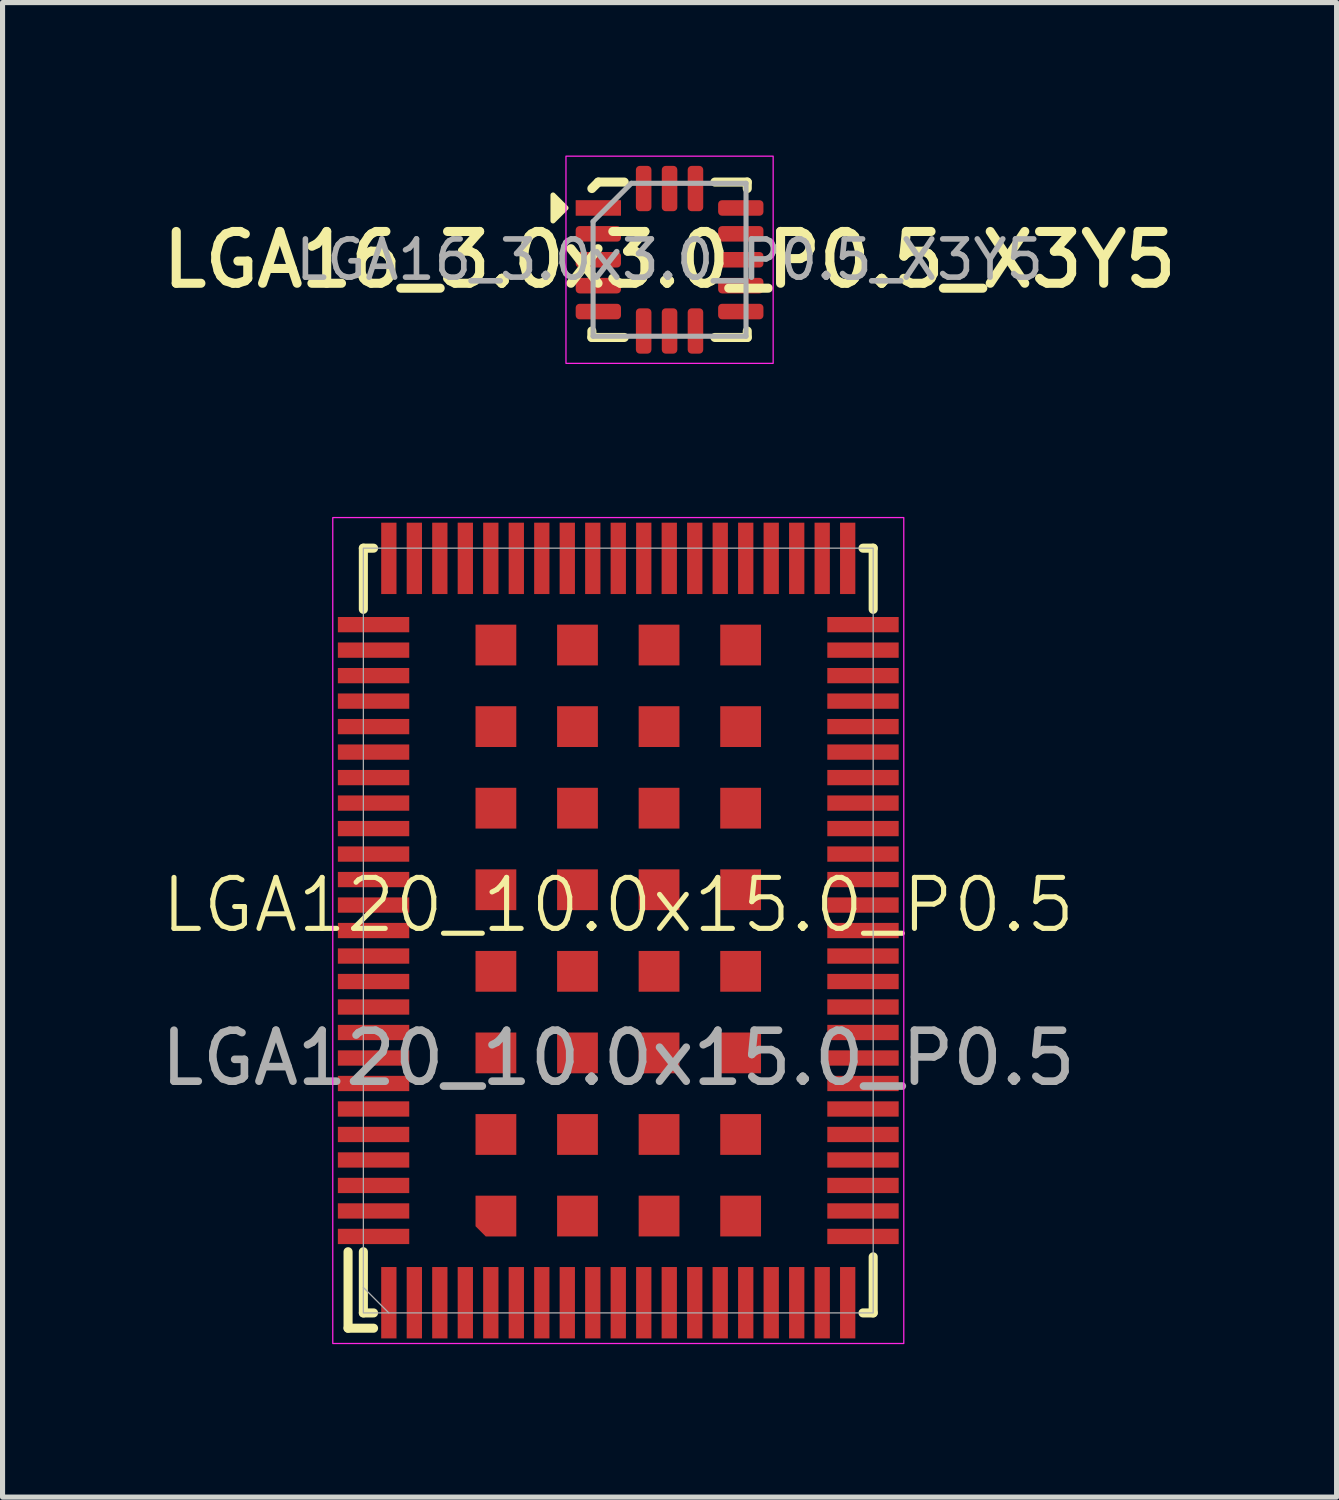
<source format=kicad_pcb>
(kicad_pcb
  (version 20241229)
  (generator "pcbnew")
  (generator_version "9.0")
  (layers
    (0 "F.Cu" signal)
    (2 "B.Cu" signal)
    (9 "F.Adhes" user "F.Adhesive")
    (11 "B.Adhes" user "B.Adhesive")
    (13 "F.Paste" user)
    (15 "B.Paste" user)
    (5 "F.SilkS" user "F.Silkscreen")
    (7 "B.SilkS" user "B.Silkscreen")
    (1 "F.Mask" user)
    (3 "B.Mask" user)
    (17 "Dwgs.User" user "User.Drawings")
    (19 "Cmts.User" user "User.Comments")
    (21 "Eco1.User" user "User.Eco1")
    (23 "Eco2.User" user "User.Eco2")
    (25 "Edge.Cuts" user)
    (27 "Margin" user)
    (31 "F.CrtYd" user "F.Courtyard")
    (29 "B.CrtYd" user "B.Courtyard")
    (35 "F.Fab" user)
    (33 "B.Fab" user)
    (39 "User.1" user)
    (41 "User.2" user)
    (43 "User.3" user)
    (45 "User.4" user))
  (footprint "LGA16_3.0x3.0_P0.5_X3Y5"
    (layer "F.Cu")
    (at 10.083 2.045)
    (property "Reference" "LGA16_3.0x3.0_P0.5_X3Y5" (at 0 0 0) (layer "F.SilkS") (effects (font (size 1.016 1.016) (thickness 0.178))))
    (attr smd)
    (fp_line (start -1.524 -1.397) (end -1.397 -1.524) (stroke (width 0.178) (type solid)) (layer "F.SilkS"))
    (fp_line (start -1.524 1.524) (end -1.524 1.397) (stroke (width 0.178) (type solid)) (layer "F.SilkS"))
    (fp_line (start -1.397 -1.524) (end -0.889 -1.524) (stroke (width 0.178) (type solid)) (layer "F.SilkS"))
    (fp_line (start -0.889 1.524) (end -1.524 1.524) (stroke (width 0.178) (type solid)) (layer "F.SilkS"))
    (fp_line (start 0.889 -1.524) (end 1.524 -1.524) (stroke (width 0.178) (type solid)) (layer "F.SilkS"))
    (fp_line (start 1.524 -1.524) (end 1.524 -1.397) (stroke (width 0.178) (type solid)) (layer "F.SilkS"))
    (fp_line (start 1.524 1.397) (end 1.524 1.524) (stroke (width 0.178) (type solid)) (layer "F.SilkS"))
    (fp_line (start 1.524 1.524) (end 0.889 1.524) (stroke (width 0.178) (type solid)) (layer "F.SilkS"))
    (fp_poly (pts (xy -2.032 -1.016) (xy -2.286 -0.762) (xy -2.286 -1.27)) (stroke (width 0.1) (type solid)) (fill yes) (layer "F.SilkS"))
    (fp_rect (start -2.032 -2.032) (end 2.032 2.032) (stroke (width 0.025) (type solid)) (fill no) (layer "F.CrtYd"))
    (fp_line (start -1.5 -0.75) (end -0.75 -1.5) (stroke (width 0.1) (type solid)) (layer "F.Fab"))
    (fp_line (start -1.5 1.5) (end -1.5 -0.75) (stroke (width 0.1) (type solid)) (layer "F.Fab"))
    (fp_line (start -0.75 -1.5) (end 1.5 -1.5) (stroke (width 0.1) (type solid)) (layer "F.Fab"))
    (fp_line (start 1.5 -1.5) (end 1.5 1.5) (stroke (width 0.1) (type solid)) (layer "F.Fab"))
    (fp_line (start 1.5 1.5) (end -1.5 1.5) (stroke (width 0.1) (type solid)) (layer "F.Fab"))
    (fp_text user "${REFERENCE}" (at 0 0 0) (layer "F.Fab") (effects (font (size 0.75 0.75) (thickness 0.11))))
    (pad "1" smd rect (at -1.397 -1.016) (size 0.889 0.305) (layers "F.Cu" "F.Mask" "F.Paste"))
    (pad "2" smd roundrect (at -1.397 -0.508) (size 0.889 0.305) (layers "F.Cu" "F.Mask" "F.Paste") (roundrect_rratio 0.25))
    (pad "3" smd roundrect (at -1.397 0) (size 0.889 0.305) (layers "F.Cu" "F.Mask" "F.Paste") (roundrect_rratio 0.25))
    (pad "4" smd roundrect (at -1.397 0.508) (size 0.889 0.305) (layers "F.Cu" "F.Mask" "F.Paste") (roundrect_rratio 0.25))
    (pad "5" smd roundrect (at -1.397 1.016) (size 0.889 0.305) (layers "F.Cu" "F.Mask" "F.Paste") (roundrect_rratio 0.25))
    (pad "6" smd roundrect (at -0.508 1.397) (size 0.305 0.889) (layers "F.Cu" "F.Mask" "F.Paste") (roundrect_rratio 0.25))
    (pad "7" smd roundrect (at 0 1.397) (size 0.305 0.889) (layers "F.Cu" "F.Mask" "F.Paste") (roundrect_rratio 0.25))
    (pad "8" smd roundrect (at 0.508 1.397) (size 0.305 0.889) (layers "F.Cu" "F.Mask" "F.Paste") (roundrect_rratio 0.25))
    (pad "9" smd roundrect (at 1.397 1.016) (size 0.889 0.305) (layers "F.Cu" "F.Mask" "F.Paste") (roundrect_rratio 0.25))
    (pad "10" smd roundrect (at 1.397 0.508) (size 0.889 0.305) (layers "F.Cu" "F.Mask" "F.Paste") (roundrect_rratio 0.25))
    (pad "11" smd roundrect (at 1.397 0) (size 0.889 0.305) (layers "F.Cu" "F.Mask" "F.Paste") (roundrect_rratio 0.25))
    (pad "12" smd roundrect (at 1.397 -0.508) (size 0.889 0.305) (layers "F.Cu" "F.Mask" "F.Paste") (roundrect_rratio 0.25))
    (pad "13" smd roundrect (at 1.397 -1.016) (size 0.889 0.305) (layers "F.Cu" "F.Mask" "F.Paste") (roundrect_rratio 0.25))
    (pad "14" smd roundrect (at 0.508 -1.397) (size 0.305 0.889) (layers "F.Cu" "F.Mask" "F.Paste") (roundrect_rratio 0.25))
    (pad "15" smd roundrect (at 0 -1.397) (size 0.305 0.889) (layers "F.Cu" "F.Mask" "F.Paste") (roundrect_rratio 0.25))
    (pad "16" smd roundrect (at -0.508 -1.397) (size 0.305 0.889) (layers "F.Cu" "F.Mask" "F.Paste") (roundrect_rratio 0.25)))
  (footprint "LGA120_10.0x15.0_P0.5"
    (layer "F.Cu")
    (at 9.077 15.202)
    (property "Reference" "LGA120_10.0x15.0_P0.5" (at 0 -0.5 0) (unlocked yes) (layer "F.SilkS") (effects (font (size 1 1) (thickness 0.1))))
    (attr smd)
    (fp_line (start -5.3 6.3) (end -5.3 7.8) (stroke (width 0.178) (type default)) (layer "F.SilkS"))
    (fp_line (start -5.3 7.8) (end -4.8 7.8) (stroke (width 0.178) (type default)) (layer "F.SilkS"))
    (fp_line (start -5 -7.5) (end -4.8 -7.5) (stroke (width 0.178) (type default)) (layer "F.SilkS"))
    (fp_line (start -5 -6.3) (end -5 -7.5) (stroke (width 0.178) (type default)) (layer "F.SilkS"))
    (fp_line (start -5 6.3) (end -5 7.5) (stroke (width 0.178) (type default)) (layer "F.SilkS"))
    (fp_line (start -5 7.5) (end -4.8 7.5) (stroke (width 0.178) (type default)) (layer "F.SilkS"))
    (fp_line (start 4.8 -7.5) (end 5 -7.5) (stroke (width 0.178) (type default)) (layer "F.SilkS"))
    (fp_line (start 5 -7.5) (end 5 -6.3) (stroke (width 0.178) (type default)) (layer "F.SilkS"))
    (fp_line (start 5 6.4) (end 5 7.5) (stroke (width 0.178) (type default)) (layer "F.SilkS"))
    (fp_line (start 5 7.5) (end 4.8 7.5) (stroke (width 0.178) (type default)) (layer "F.SilkS"))
    (fp_rect (start -5.6 -8.1) (end 5.6 8.1) (stroke (width 0.025) (type default)) (fill no) (layer "F.CrtYd"))
    (fp_line (start -5 7) (end -4.5 7.5) (stroke (width 0.025) (type default)) (layer "F.Fab"))
    (fp_rect (start -5 -7.5) (end 5 7.5) (stroke (width 0.025) (type default)) (fill no) (layer "F.Fab"))
    (fp_text user "${REFERENCE}" (at 0 2.5 0) (unlocked yes) (layer "F.Fab") (effects (font (size 1 1) (thickness 0.15))))
    (pad "1" smd rect (at -4.5 7.3) (size 0.3 1.4) (layers "F.Cu" "F.Mask" "F.Paste"))
    (pad "2" smd rect (at -4 7.3) (size 0.3 1.4) (layers "F.Cu" "F.Mask" "F.Paste"))
    (pad "3" smd rect (at -3.5 7.3) (size 0.3 1.4) (layers "F.Cu" "F.Mask" "F.Paste"))
    (pad "4" smd rect (at -3 7.3) (size 0.3 1.4) (layers "F.Cu" "F.Mask" "F.Paste"))
    (pad "5" smd rect (at -2.5 7.3) (size 0.3 1.4) (layers "F.Cu" "F.Mask" "F.Paste"))
    (pad "6" smd rect (at -2 7.3) (size 0.3 1.4) (layers "F.Cu" "F.Mask" "F.Paste"))
    (pad "7" smd rect (at -1.5 7.3) (size 0.3 1.4) (layers "F.Cu" "F.Mask" "F.Paste"))
    (pad "8" smd rect (at -1 7.3) (size 0.3 1.4) (layers "F.Cu" "F.Mask" "F.Paste"))
    (pad "9" smd rect (at -0.5 7.3) (size 0.3 1.4) (layers "F.Cu" "F.Mask" "F.Paste"))
    (pad "10" smd rect (at 0 7.3) (size 0.3 1.4) (layers "F.Cu" "F.Mask" "F.Paste"))
    (pad "11" smd rect (at 0.5 7.3) (size 0.3 1.4) (layers "F.Cu" "F.Mask" "F.Paste"))
    (pad "12" smd rect (at 1 7.3) (size 0.3 1.4) (layers "F.Cu" "F.Mask" "F.Paste"))
    (pad "13" smd rect (at 1.5 7.3) (size 0.3 1.4) (layers "F.Cu" "F.Mask" "F.Paste"))
    (pad "14" smd rect (at 2 7.3) (size 0.3 1.4) (layers "F.Cu" "F.Mask" "F.Paste"))
    (pad "15" smd rect (at 2.5 7.3) (size 0.3 1.4) (layers "F.Cu" "F.Mask" "F.Paste"))
    (pad "16" smd rect (at 3 7.3) (size 0.3 1.4) (layers "F.Cu" "F.Mask" "F.Paste"))
    (pad "17" smd rect (at 3.5 7.3) (size 0.3 1.4) (layers "F.Cu" "F.Mask" "F.Paste"))
    (pad "18" smd rect (at 4 7.3) (size 0.3 1.4) (layers "F.Cu" "F.Mask" "F.Paste"))
    (pad "19" smd rect (at 4.5 7.3) (size 0.3 1.4) (layers "F.Cu" "F.Mask" "F.Paste"))
    (pad "20" smd rect (at 4.8 6) (size 1.4 0.3) (layers "F.Cu" "F.Mask" "F.Paste"))
    (pad "21" smd rect (at 4.8 5.5) (size 1.4 0.3) (layers "F.Cu" "F.Mask" "F.Paste"))
    (pad "22" smd rect (at 4.8 5) (size 1.4 0.3) (layers "F.Cu" "F.Mask" "F.Paste"))
    (pad "23" smd rect (at 4.8 4.5) (size 1.4 0.3) (layers "F.Cu" "F.Mask" "F.Paste"))
    (pad "24" smd rect (at 4.8 4) (size 1.4 0.3) (layers "F.Cu" "F.Mask" "F.Paste"))
    (pad "25" smd rect (at 4.8 3.5) (size 1.4 0.3) (layers "F.Cu" "F.Mask" "F.Paste"))
    (pad "26" smd rect (at 4.8 3) (size 1.4 0.3) (layers "F.Cu" "F.Mask" "F.Paste"))
    (pad "27" smd rect (at 4.8 2.5) (size 1.4 0.3) (layers "F.Cu" "F.Mask" "F.Paste"))
    (pad "28" smd rect (at 4.8 2) (size 1.4 0.3) (layers "F.Cu" "F.Mask" "F.Paste"))
    (pad "29" smd rect (at 4.8 1.5) (size 1.4 0.3) (layers "F.Cu" "F.Mask" "F.Paste"))
    (pad "30" smd rect (at 4.8 1) (size 1.4 0.3) (layers "F.Cu" "F.Mask" "F.Paste"))
    (pad "31" smd rect (at 4.8 0.5) (size 1.4 0.3) (layers "F.Cu" "F.Mask" "F.Paste"))
    (pad "32" smd rect (at 4.8 0) (size 1.4 0.3) (layers "F.Cu" "F.Mask" "F.Paste"))
    (pad "33" smd rect (at 4.8 -0.5) (size 1.4 0.3) (layers "F.Cu" "F.Mask" "F.Paste"))
    (pad "34" smd rect (at 4.8 -1) (size 1.4 0.3) (layers "F.Cu" "F.Mask" "F.Paste"))
    (pad "35" smd rect (at 4.8 -1.5) (size 1.4 0.3) (layers "F.Cu" "F.Mask" "F.Paste"))
    (pad "36" smd rect (at 4.8 -2) (size 1.4 0.3) (layers "F.Cu" "F.Mask" "F.Paste"))
    (pad "37" smd rect (at 4.8 -2.5) (size 1.4 0.3) (layers "F.Cu" "F.Mask" "F.Paste"))
    (pad "38" smd rect (at 4.8 -3) (size 1.4 0.3) (layers "F.Cu" "F.Mask" "F.Paste"))
    (pad "39" smd rect (at 4.8 -3.5) (size 1.4 0.3) (layers "F.Cu" "F.Mask" "F.Paste"))
    (pad "40" smd rect (at 4.8 -4) (size 1.4 0.3) (layers "F.Cu" "F.Mask" "F.Paste"))
    (pad "41" smd rect (at 4.8 -4.5) (size 1.4 0.3) (layers "F.Cu" "F.Mask" "F.Paste"))
    (pad "42" smd rect (at 4.8 -5) (size 1.4 0.3) (layers "F.Cu" "F.Mask" "F.Paste"))
    (pad "43" smd rect (at 4.8 -5.5) (size 1.4 0.3) (layers "F.Cu" "F.Mask" "F.Paste"))
    (pad "44" smd rect (at 4.8 -6) (size 1.4 0.3) (layers "F.Cu" "F.Mask" "F.Paste"))
    (pad "45" smd rect (at 4.5 -7.3) (size 0.3 1.4) (layers "F.Cu" "F.Mask" "F.Paste"))
    (pad "46" smd rect (at 4 -7.3) (size 0.3 1.4) (layers "F.Cu" "F.Mask" "F.Paste"))
    (pad "47" smd rect (at 3.5 -7.3) (size 0.3 1.4) (layers "F.Cu" "F.Mask" "F.Paste"))
    (pad "48" smd rect (at 3 -7.3) (size 0.3 1.4) (layers "F.Cu" "F.Mask" "F.Paste"))
    (pad "49" smd rect (at 2.5 -7.3) (size 0.3 1.4) (layers "F.Cu" "F.Mask" "F.Paste"))
    (pad "50" smd rect (at 2 -7.3) (size 0.3 1.4) (layers "F.Cu" "F.Mask" "F.Paste"))
    (pad "51" smd rect (at 1.5 -7.3) (size 0.3 1.4) (layers "F.Cu" "F.Mask" "F.Paste"))
    (pad "52" smd rect (at 1 -7.3) (size 0.3 1.4) (layers "F.Cu" "F.Mask" "F.Paste"))
    (pad "53" smd rect (at 0.5 -7.3) (size 0.3 1.4) (layers "F.Cu" "F.Mask" "F.Paste"))
    (pad "54" smd rect (at 0 -7.3) (size 0.3 1.4) (layers "F.Cu" "F.Mask" "F.Paste"))
    (pad "55" smd rect (at -0.5 -7.3) (size 0.3 1.4) (layers "F.Cu" "F.Mask" "F.Paste"))
    (pad "56" smd rect (at -1 -7.3) (size 0.3 1.4) (layers "F.Cu" "F.Mask" "F.Paste"))
    (pad "57" smd rect (at -1.5 -7.3) (size 0.3 1.4) (layers "F.Cu" "F.Mask" "F.Paste"))
    (pad "58" smd rect (at -2 -7.3) (size 0.3 1.4) (layers "F.Cu" "F.Mask" "F.Paste"))
    (pad "59" smd rect (at -2.5 -7.3) (size 0.3 1.4) (layers "F.Cu" "F.Mask" "F.Paste"))
    (pad "60" smd rect (at -3 -7.3) (size 0.3 1.4) (layers "F.Cu" "F.Mask" "F.Paste"))
    (pad "61" smd rect (at -3.5 -7.3) (size 0.3 1.4) (layers "F.Cu" "F.Mask" "F.Paste"))
    (pad "62" smd rect (at -4 -7.3) (size 0.3 1.4) (layers "F.Cu" "F.Mask" "F.Paste"))
    (pad "63" smd rect (at -4.5 -7.3) (size 0.3 1.4) (layers "F.Cu" "F.Mask" "F.Paste"))
    (pad "64" smd rect (at -4.8 -6) (size 1.4 0.3) (layers "F.Cu" "F.Mask" "F.Paste"))
    (pad "65" smd rect (at -4.8 -5.5) (size 1.4 0.3) (layers "F.Cu" "F.Mask" "F.Paste"))
    (pad "66" smd rect (at -4.8 -5) (size 1.4 0.3) (layers "F.Cu" "F.Mask" "F.Paste"))
    (pad "67" smd rect (at -4.8 -4.5) (size 1.4 0.3) (layers "F.Cu" "F.Mask" "F.Paste"))
    (pad "68" smd rect (at -4.8 -4) (size 1.4 0.3) (layers "F.Cu" "F.Mask" "F.Paste"))
    (pad "69" smd rect (at -4.8 -3.5) (size 1.4 0.3) (layers "F.Cu" "F.Mask" "F.Paste"))
    (pad "70" smd rect (at -4.8 -3) (size 1.4 0.3) (layers "F.Cu" "F.Mask" "F.Paste"))
    (pad "71" smd rect (at -4.8 -2.5) (size 1.4 0.3) (layers "F.Cu" "F.Mask" "F.Paste"))
    (pad "72" smd rect (at -4.8 -2) (size 1.4 0.3) (layers "F.Cu" "F.Mask" "F.Paste"))
    (pad "73" smd rect (at -4.8 -1.5) (size 1.4 0.3) (layers "F.Cu" "F.Mask" "F.Paste"))
    (pad "74" smd rect (at -4.8 -1) (size 1.4 0.3) (layers "F.Cu" "F.Mask" "F.Paste"))
    (pad "75" smd rect (at -4.8 -0.5) (size 1.4 0.3) (layers "F.Cu" "F.Mask" "F.Paste"))
    (pad "76" smd rect (at -4.8 0) (size 1.4 0.3) (layers "F.Cu" "F.Mask" "F.Paste"))
    (pad "77" smd rect (at -4.8 0.5) (size 1.4 0.3) (layers "F.Cu" "F.Mask" "F.Paste"))
    (pad "78" smd rect (at -4.8 1) (size 1.4 0.3) (layers "F.Cu" "F.Mask" "F.Paste"))
    (pad "79" smd rect (at -4.8 1.5) (size 1.4 0.3) (layers "F.Cu" "F.Mask" "F.Paste"))
    (pad "80" smd rect (at -4.8 2) (size 1.4 0.3) (layers "F.Cu" "F.Mask" "F.Paste"))
    (pad "81" smd rect (at -4.8 2.5) (size 1.4 0.3) (layers "F.Cu" "F.Mask" "F.Paste"))
    (pad "82" smd rect (at -4.8 3) (size 1.4 0.3) (layers "F.Cu" "F.Mask" "F.Paste"))
    (pad "83" smd rect (at -4.8 3.5) (size 1.4 0.3) (layers "F.Cu" "F.Mask" "F.Paste"))
    (pad "84" smd rect (at -4.8 4) (size 1.4 0.3) (layers "F.Cu" "F.Mask" "F.Paste"))
    (pad "85" smd rect (at -4.8 4.5) (size 1.4 0.3) (layers "F.Cu" "F.Mask" "F.Paste"))
    (pad "86" smd rect (at -4.8 5) (size 1.4 0.3) (layers "F.Cu" "F.Mask" "F.Paste"))
    (pad "87" smd rect (at -4.8 5.5) (size 1.4 0.3) (layers "F.Cu" "F.Mask" "F.Paste"))
    (pad "88" smd rect (at -4.8 6) (size 1.4 0.3) (layers "F.Cu" "F.Mask" "F.Paste"))
    (pad "89" smd rect (at -2.4 -5.6) (size 0.8 0.8) (layers "F.Cu" "F.Mask" "F.Paste"))
    (pad "89" smd rect (at -2.4 -4) (size 0.8 0.8) (layers "F.Cu" "F.Mask" "F.Paste"))
    (pad "89" smd rect (at -2.4 -2.4) (size 0.8 0.8) (layers "F.Cu" "F.Mask" "F.Paste"))
    (pad "89" smd rect (at -2.4 -0.8) (size 0.8 0.8) (layers "F.Cu" "F.Mask" "F.Paste"))
    (pad "89" smd rect (at -2.4 0.8) (size 0.8 0.8) (layers "F.Cu" "F.Mask" "F.Paste"))
    (pad "89" smd rect (at -2.4 2.4) (size 0.8 0.8) (layers "F.Cu" "F.Mask" "F.Paste"))
    (pad "89" smd rect (at -2.4 4) (size 0.8 0.8) (layers "F.Cu" "F.Mask" "F.Paste"))
    (pad "89" smd roundrect (at -2.4 5.6) (size 0.8 0.8) (layers "F.Cu" "F.Mask" "F.Paste") (roundrect_rratio 0) (chamfer_ratio 0.25) (chamfer bottom_left))
    (pad "89" smd rect (at -0.8 -5.6) (size 0.8 0.8) (layers "F.Cu" "F.Mask" "F.Paste"))
    (pad "89" smd rect (at -0.8 -4) (size 0.8 0.8) (layers "F.Cu" "F.Mask" "F.Paste"))
    (pad "89" smd rect (at -0.8 -2.4) (size 0.8 0.8) (layers "F.Cu" "F.Mask" "F.Paste"))
    (pad "89" smd rect (at -0.8 -0.8) (size 0.8 0.8) (layers "F.Cu" "F.Mask" "F.Paste"))
    (pad "89" smd rect (at -0.8 0.8) (size 0.8 0.8) (layers "F.Cu" "F.Mask" "F.Paste"))
    (pad "89" smd rect (at -0.8 2.4) (size 0.8 0.8) (layers "F.Cu" "F.Mask" "F.Paste"))
    (pad "89" smd rect (at -0.8 4) (size 0.8 0.8) (layers "F.Cu" "F.Mask" "F.Paste"))
    (pad "89" smd rect (at -0.8 5.6) (size 0.8 0.8) (layers "F.Cu" "F.Mask" "F.Paste"))
    (pad "89" smd rect (at 0.8 -5.6) (size 0.8 0.8) (layers "F.Cu" "F.Mask" "F.Paste"))
    (pad "89" smd rect (at 0.8 -4) (size 0.8 0.8) (layers "F.Cu" "F.Mask" "F.Paste"))
    (pad "89" smd rect (at 0.8 -2.4) (size 0.8 0.8) (layers "F.Cu" "F.Mask" "F.Paste"))
    (pad "89" smd rect (at 0.8 -0.8) (size 0.8 0.8) (layers "F.Cu" "F.Mask" "F.Paste"))
    (pad "89" smd rect (at 0.8 0.8) (size 0.8 0.8) (layers "F.Cu" "F.Mask" "F.Paste"))
    (pad "89" smd rect (at 0.8 2.4) (size 0.8 0.8) (layers "F.Cu" "F.Mask" "F.Paste"))
    (pad "89" smd rect (at 0.8 4) (size 0.8 0.8) (layers "F.Cu" "F.Mask" "F.Paste"))
    (pad "89" smd rect (at 0.8 5.6) (size 0.8 0.8) (layers "F.Cu" "F.Mask" "F.Paste"))
    (pad "89" smd rect (at 2.4 -5.6) (size 0.8 0.8) (layers "F.Cu" "F.Mask" "F.Paste"))
    (pad "89" smd rect (at 2.4 -4) (size 0.8 0.8) (layers "F.Cu" "F.Mask" "F.Paste"))
    (pad "89" smd rect (at 2.4 -2.4) (size 0.8 0.8) (layers "F.Cu" "F.Mask" "F.Paste"))
    (pad "89" smd rect (at 2.4 -0.8) (size 0.8 0.8) (layers "F.Cu" "F.Mask" "F.Paste"))
    (pad "89" smd rect (at 2.4 0.8) (size 0.8 0.8) (layers "F.Cu" "F.Mask" "F.Paste"))
    (pad "89" smd rect (at 2.4 2.4) (size 0.8 0.8) (layers "F.Cu" "F.Mask" "F.Paste"))
    (pad "89" smd rect (at 2.4 4) (size 0.8 0.8) (layers "F.Cu" "F.Mask" "F.Paste"))
    (pad "89" smd rect (at 2.4 5.6) (size 0.8 0.8) (layers "F.Cu" "F.Mask" "F.Paste")))
  (gr_rect
    (start -3 -3)
    (end 23.166 26.315)
    (stroke (width 0.1) (type default))
    (fill no)
    (layer "Edge.Cuts")))
</source>
